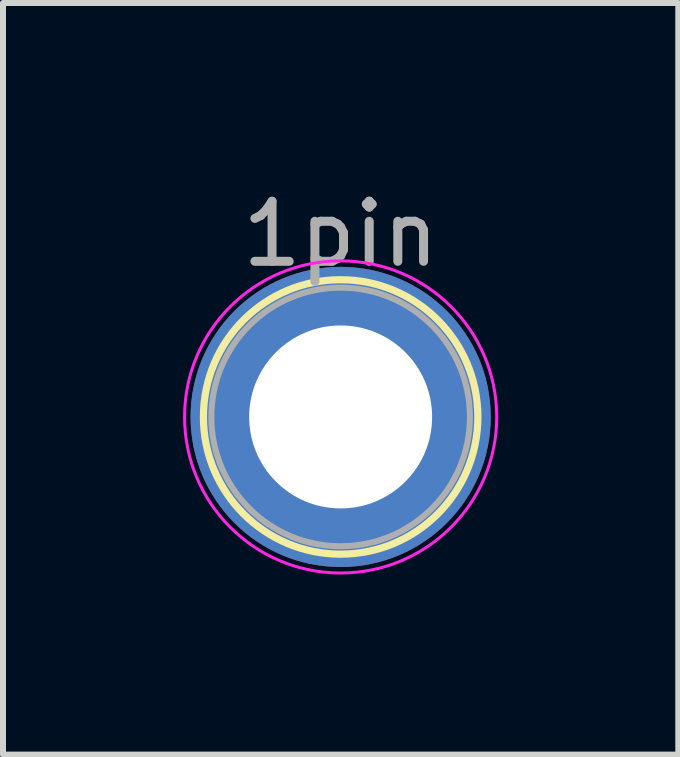
<source format=kicad_pcb>
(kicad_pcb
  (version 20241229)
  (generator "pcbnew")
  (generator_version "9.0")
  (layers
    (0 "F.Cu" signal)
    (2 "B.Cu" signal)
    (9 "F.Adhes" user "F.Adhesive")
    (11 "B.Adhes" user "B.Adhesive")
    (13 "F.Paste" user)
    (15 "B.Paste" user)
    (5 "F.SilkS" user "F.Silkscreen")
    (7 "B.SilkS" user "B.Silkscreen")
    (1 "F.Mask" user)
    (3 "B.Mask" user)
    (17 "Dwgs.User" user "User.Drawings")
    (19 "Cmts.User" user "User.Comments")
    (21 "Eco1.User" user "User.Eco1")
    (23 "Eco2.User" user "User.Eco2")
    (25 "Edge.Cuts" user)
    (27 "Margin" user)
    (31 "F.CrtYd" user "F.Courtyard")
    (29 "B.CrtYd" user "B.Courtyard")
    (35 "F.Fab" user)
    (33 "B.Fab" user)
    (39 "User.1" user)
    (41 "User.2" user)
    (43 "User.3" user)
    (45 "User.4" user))
  (footprint "1pin"
    (layer "F.Cu")
    (at 2.625 3.896)
    (property "Reference" "1pin" (at 0 -3.048 0) (layer "F.Fab") (effects (font (size 1 1) (thickness 0.15))))
    (attr through_hole)
    (fp_circle (center 0 0) (end 0 -2.286) (stroke (width 0.12) (type solid)) (fill no) (layer "F.SilkS"))
    (fp_circle (center 0 0) (end 2.6 0) (stroke (width 0.05) (type solid)) (fill no) (layer "F.CrtYd"))
    (fp_circle (center 0 0) (end 2 0.8) (stroke (width 0.1) (type solid)) (fill no) (layer "F.Fab"))
    (pad "1" thru_hole circle (at 0 0) (size 5 5) (drill 3.048) (layers "*.Cu" "*.Mask")))
  (gr_rect
    (start -3 -3)
    (end 8.25 9.521)
    (stroke (width 0.1) (type default))
    (fill no)
    (layer "Edge.Cuts")))
</source>
